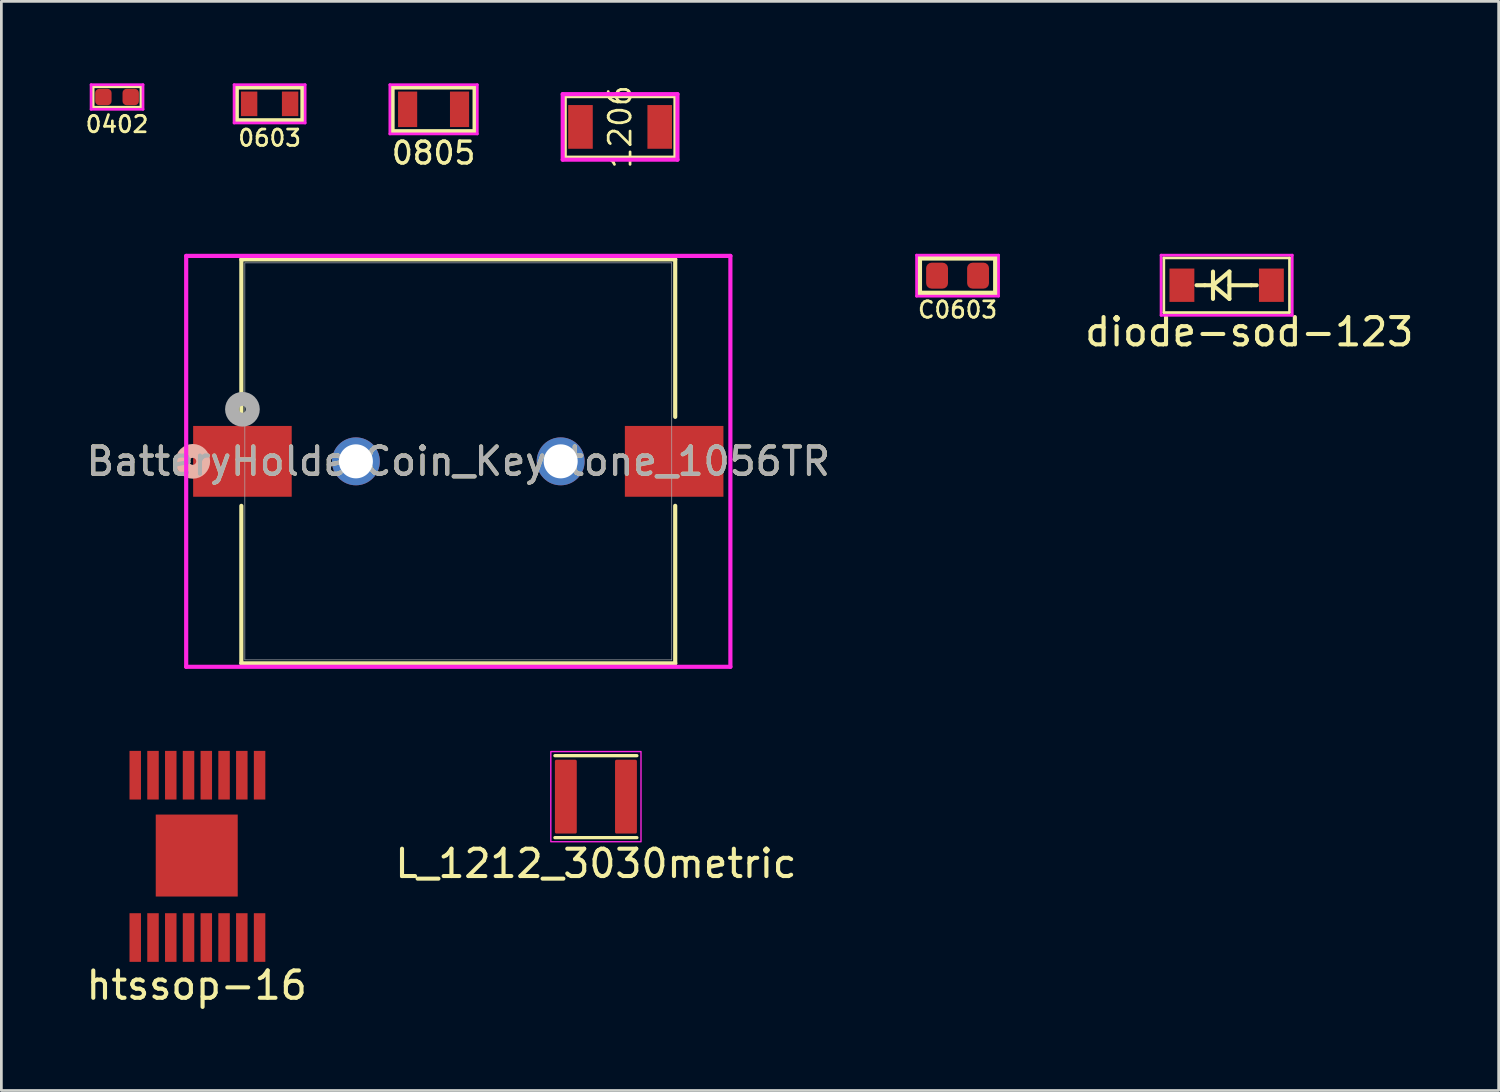
<source format=kicad_pcb>
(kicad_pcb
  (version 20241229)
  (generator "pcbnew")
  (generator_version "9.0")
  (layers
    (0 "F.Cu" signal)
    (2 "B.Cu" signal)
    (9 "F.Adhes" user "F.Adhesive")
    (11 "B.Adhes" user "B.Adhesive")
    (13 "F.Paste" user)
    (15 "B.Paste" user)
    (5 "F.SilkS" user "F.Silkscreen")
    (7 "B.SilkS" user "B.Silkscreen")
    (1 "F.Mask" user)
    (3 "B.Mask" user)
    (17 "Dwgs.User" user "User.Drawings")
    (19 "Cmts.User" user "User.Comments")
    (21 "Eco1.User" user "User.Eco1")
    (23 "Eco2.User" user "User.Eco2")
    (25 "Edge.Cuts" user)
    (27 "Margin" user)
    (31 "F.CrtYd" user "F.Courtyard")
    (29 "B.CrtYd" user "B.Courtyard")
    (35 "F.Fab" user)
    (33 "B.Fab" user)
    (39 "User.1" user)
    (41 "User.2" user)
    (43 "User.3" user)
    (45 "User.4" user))
  (footprint "0603"
    (layer "F.Cu")
    (at 6.816 0.75)
    (property "Reference" "0603" (at 0 1.25 180) (layer "F.SilkS") (effects (font (size 0.6 0.6) (thickness 0.1))))
    (attr through_hole)
    (fp_line (start -1.2 -0.6) (end 1.2 -0.6) (stroke (width 0.15) (type solid)) (layer "F.SilkS"))
    (fp_line (start -1.2 0.6) (end -1.2 -0.6) (stroke (width 0.15) (type solid)) (layer "F.SilkS"))
    (fp_line (start 1.2 -0.6) (end 1.2 0.6) (stroke (width 0.15) (type solid)) (layer "F.SilkS"))
    (fp_line (start 1.2 0.6) (end -1.2 0.6) (stroke (width 0.15) (type solid)) (layer "F.SilkS"))
    (fp_line (start -1.3 -0.7) (end 1.3 -0.7) (stroke (width 0.1) (type solid)) (layer "F.CrtYd"))
    (fp_line (start -1.3 0.7) (end -1.3 -0.7) (stroke (width 0.1) (type solid)) (layer "F.CrtYd"))
    (fp_line (start 1.3 -0.7) (end 1.3 0.7) (stroke (width 0.1) (type solid)) (layer "F.CrtYd"))
    (fp_line (start 1.3 0.7) (end -1.3 0.7) (stroke (width 0.1) (type solid)) (layer "F.CrtYd"))
    (pad "1" smd rect (at -0.75 0) (size 0.6 0.9) (layers "F.Cu" "F.Mask" "F.Paste"))
    (pad "2" smd rect (at 0.75 0) (size 0.6 0.9) (layers "F.Cu" "F.Mask" "F.Paste")))
  (footprint "L_1212_3030metric"
    (layer "F.Cu")
    (at 18.756 26.102)
    (property "Reference" "L_1212_3030metric" (at 0 2.45 0) (layer "F.SilkS") (effects (font (size 1 1) (thickness 0.15))))
    (attr smd)
    (fp_line (start -1.5 -1.5) (end 1.5 -1.5) (stroke (width 0.12) (type solid)) (layer "F.SilkS"))
    (fp_line (start 1.5 1.5) (end -1.5 1.5) (stroke (width 0.12) (type solid)) (layer "F.SilkS"))
    (fp_rect (start -1.65 -1.65) (end 1.65 1.65) (stroke (width 0.05) (type default)) (fill no) (layer "F.CrtYd"))
    (pad "1" smd roundrect (at 1.1 0) (size 0.8 2.7) (layers "F.Cu" "F.Mask" "F.Paste") (roundrect_rratio 0.067))
    (pad "2" smd roundrect (at -1.1 0) (size 0.8 2.7) (layers "F.Cu" "F.Mask" "F.Paste") (roundrect_rratio 0.067)))
  (footprint "0805"
    (layer "F.Cu")
    (at 12.816 0.95)
    (property "Reference" "0805" (at 0 1.6 0) (layer "F.SilkS") (effects (font (size 0.8 0.8) (thickness 0.125))))
    (attr through_hole)
    (fp_line (start -1.5 -0.8) (end 1.5 -0.8) (stroke (width 0.15) (type solid)) (layer "F.SilkS"))
    (fp_line (start -1.5 0.8) (end -1.5 -0.8) (stroke (width 0.15) (type solid)) (layer "F.SilkS"))
    (fp_line (start 1.5 -0.8) (end 1.5 0.8) (stroke (width 0.15) (type solid)) (layer "F.SilkS"))
    (fp_line (start 1.5 0.8) (end -1.5 0.8) (stroke (width 0.15) (type solid)) (layer "F.SilkS"))
    (fp_line (start -1.6 -0.9) (end 1.6 -0.9) (stroke (width 0.1) (type solid)) (layer "F.CrtYd"))
    (fp_line (start -1.6 0.9) (end -1.6 -0.9) (stroke (width 0.1) (type solid)) (layer "F.CrtYd"))
    (fp_line (start 1.6 -0.9) (end 1.6 0.9) (stroke (width 0.1) (type solid)) (layer "F.CrtYd"))
    (fp_line (start 1.6 0.9) (end -1.6 0.9) (stroke (width 0.1) (type solid)) (layer "F.CrtYd"))
    (pad "1" smd rect (at -0.95 0) (size 0.7 1.3) (layers "F.Cu" "F.Mask" "F.Paste"))
    (pad "2" smd rect (at 0.95 0) (size 0.7 1.3) (layers "F.Cu" "F.Mask" "F.Paste")))
  (footprint "BatteryHolderCoin_Keystone_1056TR"
    (layer "F.Cu")
    (at 13.72 13.832)
    (property "Reference" "BatteryHolderCoin_Keystone_1056TR" (at 0 0 0) (unlocked yes) (layer "F.SilkS") (effects (font (size 1 1) (thickness 0.15))))
    (fp_line (start -7.938 -7.391) (end -7.938 -1.628) (stroke (width 0.152) (type solid)) (layer "F.SilkS"))
    (fp_line (start -7.938 1.628) (end -7.938 7.391) (stroke (width 0.152) (type solid)) (layer "F.SilkS"))
    (fp_line (start -7.938 7.391) (end 7.938 7.391) (stroke (width 0.152) (type solid)) (layer "F.SilkS"))
    (fp_line (start 7.938 -7.391) (end -7.938 -7.391) (stroke (width 0.152) (type solid)) (layer "F.SilkS"))
    (fp_line (start 7.938 -1.628) (end 7.938 -7.391) (stroke (width 0.152) (type solid)) (layer "F.SilkS"))
    (fp_line (start 7.938 7.391) (end 7.938 1.628) (stroke (width 0.152) (type solid)) (layer "F.SilkS"))
    (fp_circle (center -9.716 0) (end -9.335 0) (stroke (width 0.508) (type solid)) (fill no) (layer "B.SilkS"))
    (fp_line (start -9.957 -7.518) (end -9.957 7.518) (stroke (width 0.152) (type solid)) (layer "F.CrtYd"))
    (fp_line (start -9.957 7.518) (end 9.957 7.518) (stroke (width 0.152) (type solid)) (layer "F.CrtYd"))
    (fp_line (start 9.957 -7.518) (end -9.957 -7.518) (stroke (width 0.152) (type solid)) (layer "F.CrtYd"))
    (fp_line (start 9.957 7.518) (end 9.957 -7.518) (stroke (width 0.152) (type solid)) (layer "F.CrtYd"))
    (fp_line (start -7.811 -7.264) (end -7.811 7.264) (stroke (width 0.025) (type solid)) (layer "F.Fab"))
    (fp_line (start -7.811 7.264) (end 7.811 7.264) (stroke (width 0.025) (type solid)) (layer "F.Fab"))
    (fp_line (start 7.811 -7.264) (end -7.811 -7.264) (stroke (width 0.025) (type solid)) (layer "F.Fab"))
    (fp_line (start 7.811 7.264) (end 7.811 -7.264) (stroke (width 0.025) (type solid)) (layer "F.Fab"))
    (fp_circle (center -7.899 -1.905) (end -7.518 -1.905) (stroke (width 0.508) (type solid)) (fill no) (layer "F.Fab"))
    (fp_text user "${REFERENCE}" (at 0 0 0) (unlocked yes) (layer "F.Fab") (effects (font (size 1 1) (thickness 0.15))))
    (pad "1" smd rect (at -7.899 0) (size 3.607 2.591) (layers "F.Cu" "F.Mask" "F.Paste"))
    (pad "2" smd rect (at 7.899 0) (size 3.607 2.591) (layers "F.Cu" "F.Mask" "F.Paste"))
    (pad "3" thru_hole circle (at -3.747 0 90) (size 1.753 1.753) (drill 1.245) (layers "*.Cu" "*.Mask"))
    (pad "4" thru_hole circle (at 3.747 0 90) (size 1.753 1.753) (drill 1.245) (layers "*.Cu" "*.Mask")))
  (footprint "diode-sod-123"
    (layer "F.Cu")
    (at 41.837 7.387)
    (property "Reference" "diode-sod-123" (at 0.829 1.71 0) (layer "F.SilkS") (effects (font (size 1 1) (thickness 0.15))))
    (attr through_hole)
    (fp_line (start -2.3 -1) (end 2.3 -1) (stroke (width 0.1) (type solid)) (layer "F.SilkS"))
    (fp_line (start -2.3 1) (end -2.3 -1) (stroke (width 0.1) (type solid)) (layer "F.SilkS"))
    (fp_line (start -0.8 0) (end -1.1 0) (stroke (width 0.15) (type solid)) (layer "F.SilkS"))
    (fp_line (start -0.5 -0.5) (end -0.5 0.5) (stroke (width 0.15) (type solid)) (layer "F.SilkS"))
    (fp_line (start -0.5 0) (end -0.8 0) (stroke (width 0.15) (type solid)) (layer "F.SilkS"))
    (fp_line (start -0.5 0) (end 0.1 -0.5) (stroke (width 0.15) (type solid)) (layer "F.SilkS"))
    (fp_line (start 0.1 -0.5) (end 0.1 0.5) (stroke (width 0.15) (type solid)) (layer "F.SilkS"))
    (fp_line (start 0.1 0) (end 0.9 0) (stroke (width 0.15) (type solid)) (layer "F.SilkS"))
    (fp_line (start 0.1 0.5) (end -0.5 0) (stroke (width 0.15) (type solid)) (layer "F.SilkS"))
    (fp_line (start 0.9 0) (end 1.1 0) (stroke (width 0.15) (type solid)) (layer "F.SilkS"))
    (fp_line (start 2.3 -1) (end 2.3 1) (stroke (width 0.1) (type solid)) (layer "F.SilkS"))
    (fp_line (start 2.3 1) (end -2.3 1) (stroke (width 0.1) (type solid)) (layer "F.SilkS"))
    (fp_line (start -2.4 -1.1) (end 2.4 -1.1) (stroke (width 0.1) (type solid)) (layer "F.CrtYd"))
    (fp_line (start -2.4 1.1) (end -2.4 -1.1) (stroke (width 0.1) (type solid)) (layer "F.CrtYd"))
    (fp_line (start 2.4 -1.1) (end 2.4 1.1) (stroke (width 0.1) (type solid)) (layer "F.CrtYd"))
    (fp_line (start 2.4 1.1) (end -2.4 1.1) (stroke (width 0.1) (type solid)) (layer "F.CrtYd"))
    (pad "1" smd rect (at -1.637 0) (size 0.91 1.22) (layers "F.Cu" "F.Mask" "F.Paste"))
    (pad "2" smd rect (at 1.637 0) (size 0.91 1.22) (layers "F.Cu" "F.Mask" "F.Paste")))
  (footprint "0402"
    (layer "F.Cu")
    (at 1.233 0.5)
    (property "Reference" "0402" (at 0 1 0) (layer "F.SilkS") (effects (font (size 0.6 0.6) (thickness 0.1))))
    (attr through_hole)
    (fp_line (start -0.9 -0.4) (end 0.9 -0.4) (stroke (width 0.15) (type solid)) (layer "F.SilkS"))
    (fp_line (start -0.9 0.4) (end -0.9 -0.4) (stroke (width 0.15) (type solid)) (layer "F.SilkS"))
    (fp_line (start 0.9 -0.4) (end 0.9 0.4) (stroke (width 0.15) (type solid)) (layer "F.SilkS"))
    (fp_line (start 0.9 0.4) (end -0.9 0.4) (stroke (width 0.15) (type solid)) (layer "F.SilkS"))
    (fp_line (start -0.95 -0.45) (end 0.95 -0.45) (stroke (width 0.1) (type solid)) (layer "F.CrtYd"))
    (fp_line (start -0.95 0.45) (end -0.95 -0.45) (stroke (width 0.1) (type solid)) (layer "F.CrtYd"))
    (fp_line (start 0.95 -0.45) (end 0.95 0.45) (stroke (width 0.1) (type solid)) (layer "F.CrtYd"))
    (fp_line (start 0.95 0.45) (end -0.95 0.45) (stroke (width 0.1) (type solid)) (layer "F.CrtYd"))
    (pad "1" smd roundrect (at -0.5 0) (size 0.6 0.6) (layers "F.Cu" "F.Mask" "F.Paste") (roundrect_rratio 0.25))
    (pad "2" smd roundrect (at 0.5 0) (size 0.6 0.6) (layers "F.Cu" "F.Mask" "F.Paste") (roundrect_rratio 0.25)))
  (footprint "1206"
    (layer "F.Cu")
    (at 19.641 1.594)
    (property "Reference" "1206" (at 0 0 90) (layer "F.SilkS") (effects (font (size 0.8 0.8) (thickness 0.1))))
    (attr through_hole)
    (fp_line (start -2.025 -1.125) (end -2.025 1.125) (stroke (width 0.15) (type solid)) (layer "F.SilkS"))
    (fp_line (start -2.025 -1.125) (end 2.025 -1.125) (stroke (width 0.15) (type solid)) (layer "F.SilkS"))
    (fp_line (start -2.025 1.125) (end 2.025 1.125) (stroke (width 0.15) (type solid)) (layer "F.SilkS"))
    (fp_line (start 2.025 -1.125) (end 2.025 1.125) (stroke (width 0.15) (type solid)) (layer "F.SilkS"))
    (fp_line (start -2.1 -1.2) (end 2.1 -1.2) (stroke (width 0.15) (type solid)) (layer "F.CrtYd"))
    (fp_line (start -2.1 1.2) (end -2.1 -1.2) (stroke (width 0.15) (type solid)) (layer "F.CrtYd"))
    (fp_line (start 2.1 -1.2) (end 2.1 1.2) (stroke (width 0.15) (type solid)) (layer "F.CrtYd"))
    (fp_line (start 2.1 1.2) (end -2.1 1.2) (stroke (width 0.15) (type solid)) (layer "F.CrtYd"))
    (pad "1" smd rect (at -1.45 0) (size 0.9 1.6) (layers "F.Cu" "F.Mask" "F.Paste"))
    (pad "2" smd rect (at 1.45 0) (size 0.9 1.6) (layers "F.Cu" "F.Mask" "F.Paste")))
  (footprint "C0603"
    (layer "F.Cu")
    (at 31.99 7.037)
    (property "Reference" "C0603" (at 0 1.25 180) (layer "F.SilkS") (effects (font (size 0.6 0.6) (thickness 0.1))))
    (attr through_hole)
    (fp_line (start -1.4 -0.65) (end 1.4 -0.65) (stroke (width 0.2) (type solid)) (layer "F.SilkS"))
    (fp_line (start -1.4 0.65) (end -1.4 -0.65) (stroke (width 0.2) (type solid)) (layer "F.SilkS"))
    (fp_line (start 1.4 -0.65) (end 1.4 0.65) (stroke (width 0.2) (type solid)) (layer "F.SilkS"))
    (fp_line (start 1.4 0.65) (end -1.4 0.65) (stroke (width 0.2) (type solid)) (layer "F.SilkS"))
    (fp_line (start -1.5 -0.75) (end 1.5 -0.75) (stroke (width 0.1) (type solid)) (layer "F.CrtYd"))
    (fp_line (start -1.5 0.75) (end -1.5 -0.75) (stroke (width 0.1) (type solid)) (layer "F.CrtYd"))
    (fp_line (start 1.5 -0.75) (end 1.5 0.75) (stroke (width 0.1) (type solid)) (layer "F.CrtYd"))
    (fp_line (start 1.5 0.75) (end -1.5 0.75) (stroke (width 0.1) (type solid)) (layer "F.CrtYd"))
    (pad "1" smd roundrect (at -0.75 0) (size 0.8 0.95) (layers "F.Cu" "F.Mask" "F.Paste") (roundrect_rratio 0.25))
    (pad "2" smd roundrect (at 0.75 0) (size 0.8 0.95) (layers "F.Cu" "F.Mask" "F.Paste") (roundrect_rratio 0.25)))
  (footprint "htssop-16"
    (layer "F.Cu")
    (at 4.149 28.257)
    (property "Reference" "htssop-16" (at 0 4.75 0) (layer "F.SilkS") (effects (font (size 1 1) (thickness 0.15))))
    (attr through_hole)
    (pad "1" smd rect (at -2.25 3) (size 0.42 1.78) (layers "F.Cu" "F.Mask" "F.Paste"))
    (pad "2" smd rect (at -1.6 3) (size 0.42 1.78) (layers "F.Cu" "F.Mask" "F.Paste"))
    (pad "3" smd rect (at -0.95 3) (size 0.42 1.78) (layers "F.Cu" "F.Mask" "F.Paste"))
    (pad "4" smd rect (at -0.3 3) (size 0.42 1.78) (layers "F.Cu" "F.Mask" "F.Paste"))
    (pad "5" smd rect (at 0.35 3) (size 0.42 1.78) (layers "F.Cu" "F.Mask" "F.Paste"))
    (pad "6" smd rect (at 1 3) (size 0.42 1.78) (layers "F.Cu" "F.Mask" "F.Paste"))
    (pad "7" smd rect (at 1.65 3) (size 0.42 1.78) (layers "F.Cu" "F.Mask" "F.Paste"))
    (pad "8" smd rect (at 2.3 3) (size 0.42 1.78) (layers "F.Cu" "F.Mask" "F.Paste"))
    (pad "9" smd rect (at 2.3 -2.94) (size 0.42 1.78) (layers "F.Cu" "F.Mask" "F.Paste"))
    (pad "10" smd rect (at 1.65 -2.94) (size 0.42 1.78) (layers "F.Cu" "F.Mask" "F.Paste"))
    (pad "11" smd rect (at 1 -2.94) (size 0.42 1.78) (layers "F.Cu" "F.Mask" "F.Paste"))
    (pad "12" smd rect (at 0.35 -2.94) (size 0.42 1.78) (layers "F.Cu" "F.Mask" "F.Paste"))
    (pad "13" smd rect (at -0.3 -2.94) (size 0.42 1.78) (layers "F.Cu" "F.Mask" "F.Paste"))
    (pad "14" smd rect (at -0.95 -2.94) (size 0.42 1.78) (layers "F.Cu" "F.Mask" "F.Paste"))
    (pad "15" smd rect (at -1.6 -2.94) (size 0.42 1.78) (layers "F.Cu" "F.Mask" "F.Paste"))
    (pad "16" smd rect (at -2.25 -2.94) (size 0.42 1.78) (layers "F.Cu" "F.Mask" "F.Paste"))
    (pad "17" smd rect (at 0 0) (size 3 3) (layers "F.Cu" "F.Mask" "F.Paste")))
  (gr_rect
    (start -3 -3)
    (end 51.79 36.855)
    (stroke (width 0.1) (type default))
    (fill no)
    (layer "Edge.Cuts")))
</source>
